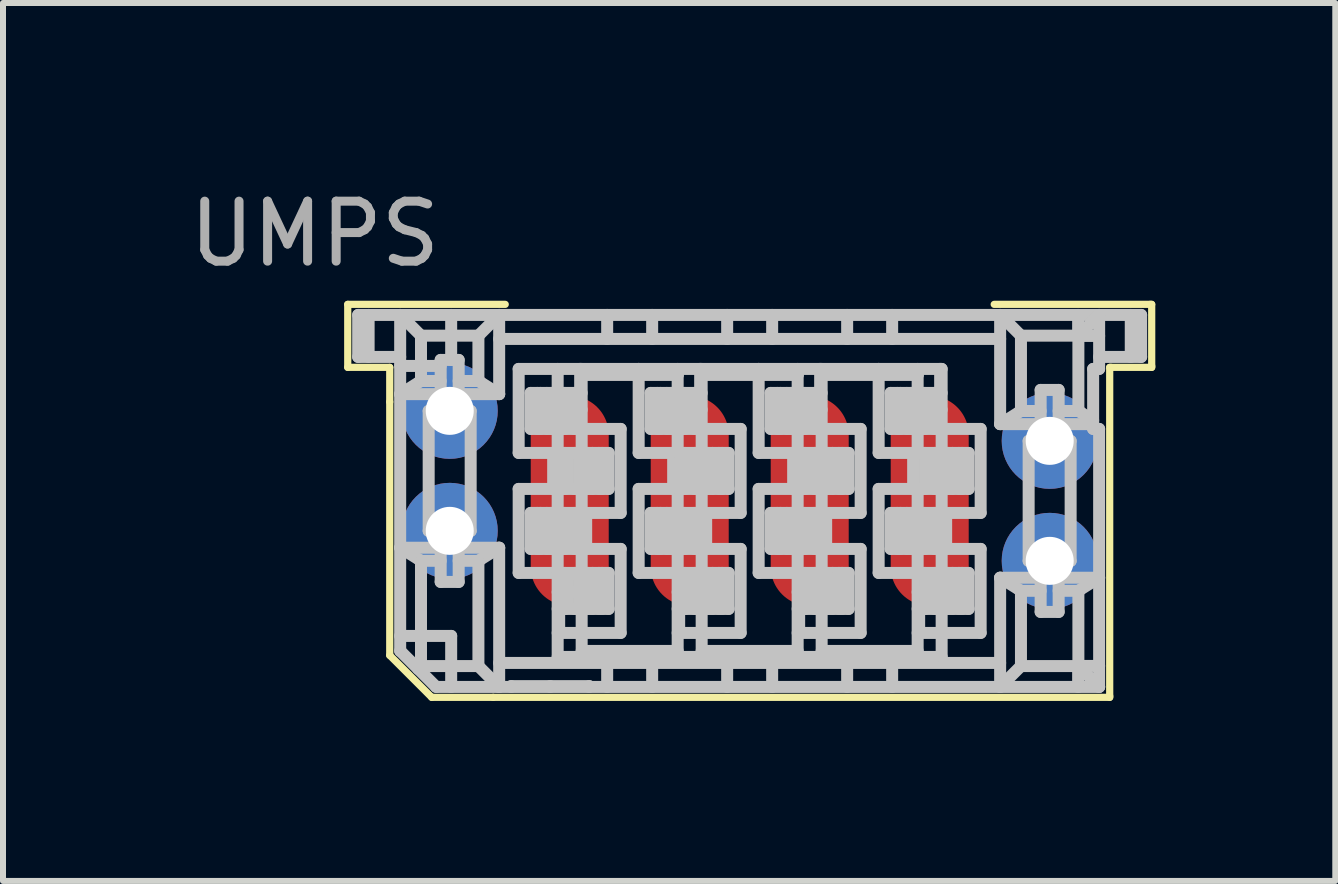
<source format=kicad_pcb>
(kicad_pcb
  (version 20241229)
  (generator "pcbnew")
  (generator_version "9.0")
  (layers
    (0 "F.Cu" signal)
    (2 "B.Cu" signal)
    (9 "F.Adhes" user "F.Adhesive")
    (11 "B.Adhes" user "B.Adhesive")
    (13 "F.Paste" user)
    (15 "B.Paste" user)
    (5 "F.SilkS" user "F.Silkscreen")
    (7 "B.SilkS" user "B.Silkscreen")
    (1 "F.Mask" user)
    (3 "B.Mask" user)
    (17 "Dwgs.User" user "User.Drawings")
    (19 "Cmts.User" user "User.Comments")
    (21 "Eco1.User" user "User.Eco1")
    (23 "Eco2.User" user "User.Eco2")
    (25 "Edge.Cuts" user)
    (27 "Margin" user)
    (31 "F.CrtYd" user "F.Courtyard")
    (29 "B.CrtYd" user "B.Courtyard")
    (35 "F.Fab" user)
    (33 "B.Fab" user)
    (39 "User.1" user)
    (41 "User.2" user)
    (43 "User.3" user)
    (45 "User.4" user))
  (footprint "UMPS"
    (layer "F.Cu")
    (at 9.446 5.298)
    (property "Reference" "UMPS" (at -7.25 -4.45 0) (layer "F.Fab") (effects (font (size 1 1) (thickness 0.15))))
    (attr through_hole)
    (fp_line (start -6.7 -3.275) (end -4.075 -3.275) (stroke (width 0.12) (type solid)) (layer "F.SilkS"))
    (fp_line (start -6.7 -2.225) (end -6.7 -3.275) (stroke (width 0.12) (type solid)) (layer "F.SilkS"))
    (fp_line (start -6 -2.225) (end -6.7 -2.225) (stroke (width 0.12) (type solid)) (layer "F.SilkS"))
    (fp_line (start -6 -1.65) (end -6 -2.225) (stroke (width 0.12) (type solid)) (layer "F.SilkS"))
    (fp_line (start -6 -1.65) (end -6 2.575) (stroke (width 0.12) (type solid)) (layer "F.SilkS"))
    (fp_line (start -6 2.575) (end -5.3 3.275) (stroke (width 0.12) (type solid)) (layer "F.SilkS"))
    (fp_line (start -5.3 3.275) (end -4.275 3.275) (stroke (width 0.12) (type solid)) (layer "F.SilkS"))
    (fp_line (start 6 -2.225) (end 6 3.25) (stroke (width 0.12) (type solid)) (layer "F.SilkS"))
    (fp_line (start 6 3.25) (end 6 3.275) (stroke (width 0.12) (type solid)) (layer "F.SilkS"))
    (fp_line (start 6 3.275) (end -4.275 3.275) (stroke (width 0.12) (type solid)) (layer "F.SilkS"))
    (fp_line (start 6.025 -2.225) (end 6 -2.225) (stroke (width 0.12) (type solid)) (layer "F.SilkS"))
    (fp_line (start 6.675 -3.275) (end 4.075 -3.275) (stroke (width 0.12) (type solid)) (layer "F.SilkS"))
    (fp_line (start 6.675 -3.275) (end 6.7 -3.275) (stroke (width 0.12) (type solid)) (layer "F.SilkS"))
    (fp_line (start 6.7 -3.275) (end 6.7 -2.25) (stroke (width 0.12) (type solid)) (layer "F.SilkS"))
    (fp_line (start 6.7 -2.25) (end 6.7 -2.225) (stroke (width 0.12) (type solid)) (layer "F.SilkS"))
    (fp_line (start 6.7 -2.225) (end 6.025 -2.225) (stroke (width 0.12) (type solid)) (layer "F.SilkS"))
    (fp_line (start -6.526 -3.099) (end -6.526 -2.399) (stroke (width 0.2) (type solid)) (layer "Dwgs.User"))
    (fp_line (start -6.526 -3.099) (end 6.524 -3.099) (stroke (width 0.2) (type solid)) (layer "Dwgs.User"))
    (fp_line (start -6.526 -2.399) (end -5.826 -2.399) (stroke (width 0.2) (type solid)) (layer "Dwgs.User"))
    (fp_line (start -6.352 -2.399) (end -6.352 -3.099) (stroke (width 0.2) (type solid)) (layer "Dwgs.User"))
    (fp_line (start -5.826 -3.099) (end -5.826 2.501) (stroke (width 0.2) (type solid)) (layer "Dwgs.User"))
    (fp_line (start -5.826 -3.099) (end -5.479 -2.753) (stroke (width 0.2) (type solid)) (layer "Dwgs.User"))
    (fp_line (start -5.826 -1.779) (end -5.151 -1.779) (stroke (width 0.2) (type solid)) (layer "Dwgs.User"))
    (fp_line (start -5.826 0.781) (end -5.479 0.999) (stroke (width 0.2) (type solid)) (layer "Dwgs.User"))
    (fp_line (start -5.826 0.781) (end -5.151 0.781) (stroke (width 0.2) (type solid)) (layer "Dwgs.User"))
    (fp_line (start -5.826 2.251) (end -4.976 2.251) (stroke (width 0.2) (type solid)) (layer "Dwgs.User"))
    (fp_line (start -5.479 -2.753) (end -4.522 -2.753) (stroke (width 0.2) (type solid)) (layer "Dwgs.User"))
    (fp_line (start -5.479 -1.998) (end -5.826 -1.779) (stroke (width 0.2) (type solid)) (layer "Dwgs.User"))
    (fp_line (start -5.479 -1.998) (end -5.479 -2.753) (stroke (width 0.2) (type solid)) (layer "Dwgs.User"))
    (fp_line (start -5.479 -1.998) (end -5.151 -1.998) (stroke (width 0.2) (type solid)) (layer "Dwgs.User"))
    (fp_line (start -5.479 0.999) (end -5.151 0.999) (stroke (width 0.2) (type solid)) (layer "Dwgs.User"))
    (fp_line (start -5.479 2.754) (end -5.526 2.801) (stroke (width 0.2) (type solid)) (layer "Dwgs.User"))
    (fp_line (start -5.479 2.754) (end -5.479 0.999) (stroke (width 0.2) (type solid)) (layer "Dwgs.User"))
    (fp_line (start -5.479 2.754) (end -4.522 2.754) (stroke (width 0.2) (type solid)) (layer "Dwgs.User"))
    (fp_line (start -5.351 -1.499) (end -5.151 -1.499) (stroke (width 0.2) (type solid)) (layer "Dwgs.User"))
    (fp_line (start -5.351 0.501) (end -5.351 -1.499) (stroke (width 0.2) (type solid)) (layer "Dwgs.User"))
    (fp_line (start -5.226 3.101) (end -5.826 2.501) (stroke (width 0.2) (type solid)) (layer "Dwgs.User"))
    (fp_line (start -5.151 -2.349) (end -5.151 -1.499) (stroke (width 0.2) (type solid)) (layer "Dwgs.User"))
    (fp_line (start -5.151 -2.249) (end -5.826 -2.249) (stroke (width 0.2) (type solid)) (layer "Dwgs.User"))
    (fp_line (start -5.151 0.501) (end -5.351 0.501) (stroke (width 0.2) (type solid)) (layer "Dwgs.User"))
    (fp_line (start -5.151 0.501) (end -5.151 1.351) (stroke (width 0.2) (type solid)) (layer "Dwgs.User"))
    (fp_line (start -5.151 1.351) (end -4.851 1.351) (stroke (width 0.2) (type solid)) (layer "Dwgs.User"))
    (fp_line (start -4.976 -3.099) (end -4.976 -2.349) (stroke (width 0.2) (type solid)) (layer "Dwgs.User"))
    (fp_line (start -4.976 2.251) (end -4.976 3.101) (stroke (width 0.2) (type solid)) (layer "Dwgs.User"))
    (fp_line (start -4.851 -2.349) (end -5.151 -2.349) (stroke (width 0.2) (type solid)) (layer "Dwgs.User"))
    (fp_line (start -4.851 -1.998) (end -4.522 -1.998) (stroke (width 0.2) (type solid)) (layer "Dwgs.User"))
    (fp_line (start -4.851 -1.779) (end -4.176 -1.779) (stroke (width 0.2) (type solid)) (layer "Dwgs.User"))
    (fp_line (start -4.851 -1.499) (end -4.851 -2.349) (stroke (width 0.2) (type solid)) (layer "Dwgs.User"))
    (fp_line (start -4.851 -1.499) (end -4.651 -1.499) (stroke (width 0.2) (type solid)) (layer "Dwgs.User"))
    (fp_line (start -4.851 0.781) (end -4.176 0.781) (stroke (width 0.2) (type solid)) (layer "Dwgs.User"))
    (fp_line (start -4.851 0.999) (end -4.522 0.999) (stroke (width 0.2) (type solid)) (layer "Dwgs.User"))
    (fp_line (start -4.851 1.351) (end -4.851 0.501) (stroke (width 0.2) (type solid)) (layer "Dwgs.User"))
    (fp_line (start -4.651 -1.499) (end -4.651 0.501) (stroke (width 0.2) (type solid)) (layer "Dwgs.User"))
    (fp_line (start -4.651 0.501) (end -4.851 0.501) (stroke (width 0.2) (type solid)) (layer "Dwgs.User"))
    (fp_line (start -4.522 -2.753) (end -4.176 -3.099) (stroke (width 0.2) (type solid)) (layer "Dwgs.User"))
    (fp_line (start -4.522 -1.998) (end -4.522 -2.753) (stroke (width 0.2) (type solid)) (layer "Dwgs.User"))
    (fp_line (start -4.522 0.999) (end -4.176 0.781) (stroke (width 0.2) (type solid)) (layer "Dwgs.User"))
    (fp_line (start -4.522 2.754) (end -4.522 0.999) (stroke (width 0.2) (type solid)) (layer "Dwgs.User"))
    (fp_line (start -4.176 -1.779) (end -4.522 -1.998) (stroke (width 0.2) (type solid)) (layer "Dwgs.User"))
    (fp_line (start -4.176 -1.779) (end -4.176 -3.099) (stroke (width 0.2) (type solid)) (layer "Dwgs.User"))
    (fp_line (start -4.176 2.701) (end 4.174 2.701) (stroke (width 0.2) (type solid)) (layer "Dwgs.User"))
    (fp_line (start -4.176 3.101) (end -4.522 2.754) (stroke (width 0.2) (type solid)) (layer "Dwgs.User"))
    (fp_line (start -4.176 3.101) (end -4.176 0.781) (stroke (width 0.2) (type solid)) (layer "Dwgs.User"))
    (fp_line (start -3.976 3.088) (end -3.976 3.101) (stroke (width 0.2) (type solid)) (layer "Dwgs.User"))
    (fp_line (start -3.851 -2.199) (end -3.851 -0.799) (stroke (width 0.2) (type solid)) (layer "Dwgs.User"))
    (fp_line (start -3.851 -0.799) (end -3.276 -0.799) (stroke (width 0.2) (type solid)) (layer "Dwgs.User"))
    (fp_line (start -3.851 -0.199) (end -3.851 1.201) (stroke (width 0.2) (type solid)) (layer "Dwgs.User"))
    (fp_line (start -3.851 1.201) (end -3.176 1.201) (stroke (width 0.2) (type solid)) (layer "Dwgs.User"))
    (fp_line (start -3.651 -1.799) (end -2.826 -1.799) (stroke (width 0.2) (type solid)) (layer "Dwgs.User"))
    (fp_line (start -3.651 -1.199) (end -3.651 -1.799) (stroke (width 0.2) (type solid)) (layer "Dwgs.User"))
    (fp_line (start -3.651 0.201) (end -2.801 0.201) (stroke (width 0.2) (type solid)) (layer "Dwgs.User"))
    (fp_line (start -3.651 0.801) (end -3.651 0.201) (stroke (width 0.2) (type solid)) (layer "Dwgs.User"))
    (fp_line (start -3.541 -1.199) (end -3.541 -1.799) (stroke (width 0.2) (type solid)) (layer "Dwgs.User"))
    (fp_line (start -3.541 0.801) (end -3.541 0.201) (stroke (width 0.2) (type solid)) (layer "Dwgs.User"))
    (fp_line (start -3.487 -1.199) (end -3.487 -1.799) (stroke (width 0.2) (type solid)) (layer "Dwgs.User"))
    (fp_line (start -3.487 0.801) (end -3.487 0.201) (stroke (width 0.2) (type solid)) (layer "Dwgs.User"))
    (fp_line (start -3.381 -1.199) (end -3.381 -1.799) (stroke (width 0.2) (type solid)) (layer "Dwgs.User"))
    (fp_line (start -3.381 0.801) (end -3.381 0.201) (stroke (width 0.2) (type solid)) (layer "Dwgs.User"))
    (fp_line (start -3.326 3.088) (end -3.326 3.101) (stroke (width 0.2) (type solid)) (layer "Dwgs.User"))
    (fp_line (start -3.31 -1.199) (end -3.31 -1.799) (stroke (width 0.2) (type solid)) (layer "Dwgs.User"))
    (fp_line (start -3.31 0.801) (end -3.31 0.201) (stroke (width 0.2) (type solid)) (layer "Dwgs.User"))
    (fp_line (start -3.276 -0.799) (end -3.276 -0.199) (stroke (width 0.2) (type solid)) (layer "Dwgs.User"))
    (fp_line (start -3.276 -0.199) (end -3.851 -0.199) (stroke (width 0.2) (type solid)) (layer "Dwgs.User"))
    (fp_line (start -3.251 -1.199) (end -3.251 -1.799) (stroke (width 0.2) (type solid)) (layer "Dwgs.User"))
    (fp_line (start -3.251 0.801) (end -3.251 0.201) (stroke (width 0.2) (type solid)) (layer "Dwgs.User"))
    (fp_line (start -3.201 -2.199) (end -3.201 -1.799) (stroke (width 0.2) (type solid)) (layer "Dwgs.User"))
    (fp_line (start -3.201 -1.199) (end -3.201 -1.799) (stroke (width 0.2) (type solid)) (layer "Dwgs.User"))
    (fp_line (start -3.201 -1.199) (end -3.201 -0.799) (stroke (width 0.2) (type solid)) (layer "Dwgs.User"))
    (fp_line (start -3.201 -0.799) (end -3.201 0.201) (stroke (width 0.2) (type solid)) (layer "Dwgs.User"))
    (fp_line (start -3.201 0.801) (end -3.201 0.201) (stroke (width 0.2) (type solid)) (layer "Dwgs.User"))
    (fp_line (start -3.201 0.801) (end -3.201 1.201) (stroke (width 0.2) (type solid)) (layer "Dwgs.User"))
    (fp_line (start -3.201 1.201) (end -3.201 2.601) (stroke (width 0.2) (type solid)) (layer "Dwgs.User"))
    (fp_line (start -3.176 1.201) (end -3.176 2.201) (stroke (width 0.2) (type solid)) (layer "Dwgs.User"))
    (fp_line (start -3.176 1.201) (end -2.351 1.201) (stroke (width 0.2) (type solid)) (layer "Dwgs.User"))
    (fp_line (start -3.176 1.801) (end -3.201 1.801) (stroke (width 0.2) (type solid)) (layer "Dwgs.User"))
    (fp_line (start -3.176 2.201) (end -3.201 2.201) (stroke (width 0.2) (type solid)) (layer "Dwgs.User"))
    (fp_line (start -3.176 2.201) (end -2.151 2.201) (stroke (width 0.2) (type solid)) (layer "Dwgs.User"))
    (fp_line (start -3.157 -1.199) (end -3.157 -1.799) (stroke (width 0.2) (type solid)) (layer "Dwgs.User"))
    (fp_line (start -3.157 0.801) (end -3.157 0.201) (stroke (width 0.2) (type solid)) (layer "Dwgs.User"))
    (fp_line (start -3.141 -1.199) (end -3.141 -1.799) (stroke (width 0.2) (type solid)) (layer "Dwgs.User"))
    (fp_line (start -3.141 0.801) (end -3.141 0.201) (stroke (width 0.2) (type solid)) (layer "Dwgs.User"))
    (fp_line (start -3.081 -1.199) (end -3.081 -1.799) (stroke (width 0.2) (type solid)) (layer "Dwgs.User"))
    (fp_line (start -3.081 0.801) (end -3.081 0.201) (stroke (width 0.2) (type solid)) (layer "Dwgs.User"))
    (fp_line (start -3.077 -0.199) (end -3.077 -0.799) (stroke (width 0.2) (type solid)) (layer "Dwgs.User"))
    (fp_line (start -3.077 1.801) (end -3.077 1.201) (stroke (width 0.2) (type solid)) (layer "Dwgs.User"))
    (fp_line (start -2.924 -1.199) (end -2.924 -1.799) (stroke (width 0.2) (type solid)) (layer "Dwgs.User"))
    (fp_line (start -2.924 0.801) (end -2.924 0.201) (stroke (width 0.2) (type solid)) (layer "Dwgs.User"))
    (fp_line (start -2.921 -0.799) (end -2.921 -0.199) (stroke (width 0.2) (type solid)) (layer "Dwgs.User"))
    (fp_line (start -2.921 1.201) (end -2.921 1.801) (stroke (width 0.2) (type solid)) (layer "Dwgs.User"))
    (fp_line (start -2.86 -0.199) (end -2.86 -0.799) (stroke (width 0.2) (type solid)) (layer "Dwgs.User"))
    (fp_line (start -2.86 1.801) (end -2.86 1.201) (stroke (width 0.2) (type solid)) (layer "Dwgs.User"))
    (fp_line (start -2.844 -0.199) (end -2.844 -0.799) (stroke (width 0.2) (type solid)) (layer "Dwgs.User"))
    (fp_line (start -2.844 1.801) (end -2.844 1.201) (stroke (width 0.2) (type solid)) (layer "Dwgs.User"))
    (fp_line (start -2.826 -2.199) (end -3.851 -2.199) (stroke (width 0.2) (type solid)) (layer "Dwgs.User"))
    (fp_line (start -2.826 -1.799) (end -2.801 -1.799) (stroke (width 0.2) (type solid)) (layer "Dwgs.User"))
    (fp_line (start -2.826 -1.199) (end -3.651 -1.199) (stroke (width 0.2) (type solid)) (layer "Dwgs.User"))
    (fp_line (start -2.826 -1.199) (end -2.826 -2.199) (stroke (width 0.2) (type solid)) (layer "Dwgs.User"))
    (fp_line (start -2.801 -1.519) (end -3.201 -1.519) (stroke (width 0.2) (type solid)) (layer "Dwgs.User"))
    (fp_line (start -2.801 -1.219) (end -3.201 -1.219) (stroke (width 0.2) (type solid)) (layer "Dwgs.User"))
    (fp_line (start -2.801 -1.199) (end -2.801 -2.199) (stroke (width 0.2) (type solid)) (layer "Dwgs.User"))
    (fp_line (start -2.801 -0.799) (end -2.801 -1.199) (stroke (width 0.2) (type solid)) (layer "Dwgs.User"))
    (fp_line (start -2.801 -0.199) (end -2.801 -0.799) (stroke (width 0.2) (type solid)) (layer "Dwgs.User"))
    (fp_line (start -2.801 0.201) (end -2.801 -0.199) (stroke (width 0.2) (type solid)) (layer "Dwgs.User"))
    (fp_line (start -2.801 0.801) (end -3.651 0.801) (stroke (width 0.2) (type solid)) (layer "Dwgs.User"))
    (fp_line (start -2.801 0.801) (end -2.801 0.201) (stroke (width 0.2) (type solid)) (layer "Dwgs.User"))
    (fp_line (start -2.801 1.201) (end -2.801 0.801) (stroke (width 0.2) (type solid)) (layer "Dwgs.User"))
    (fp_line (start -2.801 1.221) (end -3.201 1.221) (stroke (width 0.2) (type solid)) (layer "Dwgs.User"))
    (fp_line (start -2.801 1.521) (end -3.201 1.521) (stroke (width 0.2) (type solid)) (layer "Dwgs.User"))
    (fp_line (start -2.801 1.801) (end -2.801 1.201) (stroke (width 0.2) (type solid)) (layer "Dwgs.User"))
    (fp_line (start -2.801 2.201) (end -2.801 1.801) (stroke (width 0.2) (type solid)) (layer "Dwgs.User"))
    (fp_line (start -2.801 2.501) (end -2.801 2.201) (stroke (width 0.2) (type solid)) (layer "Dwgs.User"))
    (fp_line (start -2.751 -0.199) (end -2.751 -0.799) (stroke (width 0.2) (type solid)) (layer "Dwgs.User"))
    (fp_line (start -2.751 1.801) (end -2.751 1.201) (stroke (width 0.2) (type solid)) (layer "Dwgs.User"))
    (fp_line (start -2.726 0.201) (end -2.151 0.201) (stroke (width 0.2) (type solid)) (layer "Dwgs.User"))
    (fp_line (start -2.726 0.801) (end -2.726 0.201) (stroke (width 0.2) (type solid)) (layer "Dwgs.User"))
    (fp_line (start -2.691 -0.199) (end -2.691 -0.799) (stroke (width 0.2) (type solid)) (layer "Dwgs.User"))
    (fp_line (start -2.691 1.801) (end -2.691 1.201) (stroke (width 0.2) (type solid)) (layer "Dwgs.User"))
    (fp_line (start -2.676 3.101) (end -2.676 3.088) (stroke (width 0.2) (type solid)) (layer "Dwgs.User"))
    (fp_line (start -2.676 3.088) (end -3.976 3.088) (stroke (width 0.2) (type solid)) (layer "Dwgs.User"))
    (fp_line (start -2.621 -0.199) (end -2.621 -0.799) (stroke (width 0.2) (type solid)) (layer "Dwgs.User"))
    (fp_line (start -2.621 1.801) (end -2.621 1.201) (stroke (width 0.2) (type solid)) (layer "Dwgs.User"))
    (fp_line (start -2.514 -0.199) (end -2.514 -0.799) (stroke (width 0.2) (type solid)) (layer "Dwgs.User"))
    (fp_line (start -2.514 1.801) (end -2.514 1.201) (stroke (width 0.2) (type solid)) (layer "Dwgs.User"))
    (fp_line (start -2.46 -0.199) (end -2.46 -0.799) (stroke (width 0.2) (type solid)) (layer "Dwgs.User"))
    (fp_line (start -2.46 1.801) (end -2.46 1.201) (stroke (width 0.2) (type solid)) (layer "Dwgs.User"))
    (fp_line (start -2.376 -2.699) (end -2.376 -3.099) (stroke (width 0.2) (type solid)) (layer "Dwgs.User"))
    (fp_line (start -2.376 3.101) (end -2.376 2.701) (stroke (width 0.2) (type solid)) (layer "Dwgs.User"))
    (fp_line (start -2.351 -0.799) (end -3.201 -0.799) (stroke (width 0.2) (type solid)) (layer "Dwgs.User"))
    (fp_line (start -2.351 -0.199) (end -3.201 -0.199) (stroke (width 0.2) (type solid)) (layer "Dwgs.User"))
    (fp_line (start -2.351 -0.199) (end -2.351 -0.799) (stroke (width 0.2) (type solid)) (layer "Dwgs.User"))
    (fp_line (start -2.351 1.801) (end -3.176 1.801) (stroke (width 0.2) (type solid)) (layer "Dwgs.User"))
    (fp_line (start -2.351 1.801) (end -2.351 1.201) (stroke (width 0.2) (type solid)) (layer "Dwgs.User"))
    (fp_line (start -2.151 -1.199) (end -2.826 -1.199) (stroke (width 0.2) (type solid)) (layer "Dwgs.User"))
    (fp_line (start -2.151 0.201) (end -2.151 -1.199) (stroke (width 0.2) (type solid)) (layer "Dwgs.User"))
    (fp_line (start -2.151 0.801) (end -2.726 0.801) (stroke (width 0.2) (type solid)) (layer "Dwgs.User"))
    (fp_line (start -2.151 2.201) (end -2.151 0.801) (stroke (width 0.2) (type solid)) (layer "Dwgs.User"))
    (fp_line (start -1.851 -2.199) (end -2.826 -2.199) (stroke (width 0.2) (type solid)) (layer "Dwgs.User"))
    (fp_line (start -1.851 -2.199) (end -1.851 -0.799) (stroke (width 0.2) (type solid)) (layer "Dwgs.User"))
    (fp_line (start -1.851 -2.099) (end -2.801 -2.099) (stroke (width 0.2) (type solid)) (layer "Dwgs.User"))
    (fp_line (start -1.851 -0.799) (end -1.276 -0.799) (stroke (width 0.2) (type solid)) (layer "Dwgs.User"))
    (fp_line (start -1.851 -0.199) (end -1.851 1.201) (stroke (width 0.2) (type solid)) (layer "Dwgs.User"))
    (fp_line (start -1.851 1.201) (end -1.176 1.201) (stroke (width 0.2) (type solid)) (layer "Dwgs.User"))
    (fp_line (start -1.651 -1.799) (end -0.826 -1.799) (stroke (width 0.2) (type solid)) (layer "Dwgs.User"))
    (fp_line (start -1.651 -1.199) (end -1.651 -1.799) (stroke (width 0.2) (type solid)) (layer "Dwgs.User"))
    (fp_line (start -1.651 0.201) (end -0.801 0.201) (stroke (width 0.2) (type solid)) (layer "Dwgs.User"))
    (fp_line (start -1.651 0.801) (end -1.651 0.201) (stroke (width 0.2) (type solid)) (layer "Dwgs.User"))
    (fp_line (start -1.626 -3.099) (end -1.626 -2.699) (stroke (width 0.2) (type solid)) (layer "Dwgs.User"))
    (fp_line (start -1.626 2.701) (end -1.626 3.101) (stroke (width 0.2) (type solid)) (layer "Dwgs.User"))
    (fp_line (start -1.541 -1.199) (end -1.541 -1.799) (stroke (width 0.2) (type solid)) (layer "Dwgs.User"))
    (fp_line (start -1.541 0.801) (end -1.541 0.201) (stroke (width 0.2) (type solid)) (layer "Dwgs.User"))
    (fp_line (start -1.487 -1.199) (end -1.487 -1.799) (stroke (width 0.2) (type solid)) (layer "Dwgs.User"))
    (fp_line (start -1.487 0.801) (end -1.487 0.201) (stroke (width 0.2) (type solid)) (layer "Dwgs.User"))
    (fp_line (start -1.381 -1.199) (end -1.381 -1.799) (stroke (width 0.2) (type solid)) (layer "Dwgs.User"))
    (fp_line (start -1.381 0.801) (end -1.381 0.201) (stroke (width 0.2) (type solid)) (layer "Dwgs.User"))
    (fp_line (start -1.31 -1.199) (end -1.31 -1.799) (stroke (width 0.2) (type solid)) (layer "Dwgs.User"))
    (fp_line (start -1.31 0.801) (end -1.31 0.201) (stroke (width 0.2) (type solid)) (layer "Dwgs.User"))
    (fp_line (start -1.276 -0.799) (end -1.276 -0.199) (stroke (width 0.2) (type solid)) (layer "Dwgs.User"))
    (fp_line (start -1.276 -0.199) (end -1.851 -0.199) (stroke (width 0.2) (type solid)) (layer "Dwgs.User"))
    (fp_line (start -1.251 -1.199) (end -1.251 -1.799) (stroke (width 0.2) (type solid)) (layer "Dwgs.User"))
    (fp_line (start -1.251 0.801) (end -1.251 0.201) (stroke (width 0.2) (type solid)) (layer "Dwgs.User"))
    (fp_line (start -1.201 -2.199) (end -1.201 -2.099) (stroke (width 0.2) (type solid)) (layer "Dwgs.User"))
    (fp_line (start -1.201 -2.099) (end -1.851 -2.099) (stroke (width 0.2) (type solid)) (layer "Dwgs.User"))
    (fp_line (start -1.201 -2.099) (end -1.201 -1.799) (stroke (width 0.2) (type solid)) (layer "Dwgs.User"))
    (fp_line (start -1.201 -1.199) (end -1.201 -1.799) (stroke (width 0.2) (type solid)) (layer "Dwgs.User"))
    (fp_line (start -1.201 -1.199) (end -1.201 -0.799) (stroke (width 0.2) (type solid)) (layer "Dwgs.User"))
    (fp_line (start -1.201 -0.799) (end -1.201 0.201) (stroke (width 0.2) (type solid)) (layer "Dwgs.User"))
    (fp_line (start -1.201 0.801) (end -1.201 0.201) (stroke (width 0.2) (type solid)) (layer "Dwgs.User"))
    (fp_line (start -1.201 0.801) (end -1.201 1.201) (stroke (width 0.2) (type solid)) (layer "Dwgs.User"))
    (fp_line (start -1.201 1.201) (end -1.201 2.501) (stroke (width 0.2) (type solid)) (layer "Dwgs.User"))
    (fp_line (start -1.201 2.501) (end -2.801 2.501) (stroke (width 0.2) (type solid)) (layer "Dwgs.User"))
    (fp_line (start -1.176 1.201) (end -1.176 2.201) (stroke (width 0.2) (type solid)) (layer "Dwgs.User"))
    (fp_line (start -1.176 1.201) (end -0.351 1.201) (stroke (width 0.2) (type solid)) (layer "Dwgs.User"))
    (fp_line (start -1.176 1.801) (end -1.201 1.801) (stroke (width 0.2) (type solid)) (layer "Dwgs.User"))
    (fp_line (start -1.176 2.201) (end -1.201 2.201) (stroke (width 0.2) (type solid)) (layer "Dwgs.User"))
    (fp_line (start -1.176 2.201) (end -0.151 2.201) (stroke (width 0.2) (type solid)) (layer "Dwgs.User"))
    (fp_line (start -1.157 -1.199) (end -1.157 -1.799) (stroke (width 0.2) (type solid)) (layer "Dwgs.User"))
    (fp_line (start -1.157 0.801) (end -1.157 0.201) (stroke (width 0.2) (type solid)) (layer "Dwgs.User"))
    (fp_line (start -1.141 -1.199) (end -1.141 -1.799) (stroke (width 0.2) (type solid)) (layer "Dwgs.User"))
    (fp_line (start -1.141 0.801) (end -1.141 0.201) (stroke (width 0.2) (type solid)) (layer "Dwgs.User"))
    (fp_line (start -1.081 -1.199) (end -1.081 -1.799) (stroke (width 0.2) (type solid)) (layer "Dwgs.User"))
    (fp_line (start -1.081 0.801) (end -1.081 0.201) (stroke (width 0.2) (type solid)) (layer "Dwgs.User"))
    (fp_line (start -1.077 -0.199) (end -1.077 -0.799) (stroke (width 0.2) (type solid)) (layer "Dwgs.User"))
    (fp_line (start -1.077 1.801) (end -1.077 1.201) (stroke (width 0.2) (type solid)) (layer "Dwgs.User"))
    (fp_line (start -0.924 -1.199) (end -0.924 -1.799) (stroke (width 0.2) (type solid)) (layer "Dwgs.User"))
    (fp_line (start -0.924 0.801) (end -0.924 0.201) (stroke (width 0.2) (type solid)) (layer "Dwgs.User"))
    (fp_line (start -0.921 -0.799) (end -0.921 -0.199) (stroke (width 0.2) (type solid)) (layer "Dwgs.User"))
    (fp_line (start -0.921 1.201) (end -0.921 1.801) (stroke (width 0.2) (type solid)) (layer "Dwgs.User"))
    (fp_line (start -0.86 -0.199) (end -0.86 -0.799) (stroke (width 0.2) (type solid)) (layer "Dwgs.User"))
    (fp_line (start -0.86 1.801) (end -0.86 1.201) (stroke (width 0.2) (type solid)) (layer "Dwgs.User"))
    (fp_line (start -0.844 -0.199) (end -0.844 -0.799) (stroke (width 0.2) (type solid)) (layer "Dwgs.User"))
    (fp_line (start -0.844 1.801) (end -0.844 1.201) (stroke (width 0.2) (type solid)) (layer "Dwgs.User"))
    (fp_line (start -0.826 -2.199) (end -1.851 -2.199) (stroke (width 0.2) (type solid)) (layer "Dwgs.User"))
    (fp_line (start -0.826 -1.799) (end -0.801 -1.799) (stroke (width 0.2) (type solid)) (layer "Dwgs.User"))
    (fp_line (start -0.826 -1.199) (end -1.651 -1.199) (stroke (width 0.2) (type solid)) (layer "Dwgs.User"))
    (fp_line (start -0.826 -1.199) (end -0.826 -2.199) (stroke (width 0.2) (type solid)) (layer "Dwgs.User"))
    (fp_line (start -0.801 -1.519) (end -1.201 -1.519) (stroke (width 0.2) (type solid)) (layer "Dwgs.User"))
    (fp_line (start -0.801 0.201) (end -0.801 -0.199) (stroke (width 0.2) (type solid)) (layer "Dwgs.User"))
    (fp_line (start -0.801 1.201) (end -0.801 0.801) (stroke (width 0.2) (type solid)) (layer "Dwgs.User"))
    (fp_line (start -0.801 1.521) (end -1.201 1.521) (stroke (width 0.2) (type solid)) (layer "Dwgs.User"))
    (fp_line (start -0.801 2.201) (end -0.801 1.801) (stroke (width 0.2) (type solid)) (layer "Dwgs.User"))
    (fp_line (start -0.801 -1.219) (end -1.201 -1.219) (stroke (width 0.2) (type solid)) (layer "Dwgs.User"))
    (fp_line (start -0.801 -1.199) (end -0.801 -2.199) (stroke (width 0.2) (type solid)) (layer "Dwgs.User"))
    (fp_line (start -0.801 -0.799) (end -0.801 -1.199) (stroke (width 0.2) (type solid)) (layer "Dwgs.User"))
    (fp_line (start -0.801 -0.199) (end -0.801 -0.799) (stroke (width 0.2) (type solid)) (layer "Dwgs.User"))
    (fp_line (start -0.801 0.801) (end -1.651 0.801) (stroke (width 0.2) (type solid)) (layer "Dwgs.User"))
    (fp_line (start -0.801 0.801) (end -0.801 0.201) (stroke (width 0.2) (type solid)) (layer "Dwgs.User"))
    (fp_line (start -0.801 1.221) (end -1.201 1.221) (stroke (width 0.2) (type solid)) (layer "Dwgs.User"))
    (fp_line (start -0.801 1.801) (end -0.801 1.201) (stroke (width 0.2) (type solid)) (layer "Dwgs.User"))
    (fp_line (start -0.801 2.501) (end -0.801 2.201) (stroke (width 0.2) (type solid)) (layer "Dwgs.User"))
    (fp_line (start -0.751 -0.199) (end -0.751 -0.799) (stroke (width 0.2) (type solid)) (layer "Dwgs.User"))
    (fp_line (start -0.751 1.801) (end -0.751 1.201) (stroke (width 0.2) (type solid)) (layer "Dwgs.User"))
    (fp_line (start -0.726 0.201) (end -0.151 0.201) (stroke (width 0.2) (type solid)) (layer "Dwgs.User"))
    (fp_line (start -0.726 0.801) (end -0.726 0.201) (stroke (width 0.2) (type solid)) (layer "Dwgs.User"))
    (fp_line (start -0.691 -0.199) (end -0.691 -0.799) (stroke (width 0.2) (type solid)) (layer "Dwgs.User"))
    (fp_line (start -0.691 1.801) (end -0.691 1.201) (stroke (width 0.2) (type solid)) (layer "Dwgs.User"))
    (fp_line (start -0.621 -0.199) (end -0.621 -0.799) (stroke (width 0.2) (type solid)) (layer "Dwgs.User"))
    (fp_line (start -0.621 1.801) (end -0.621 1.201) (stroke (width 0.2) (type solid)) (layer "Dwgs.User"))
    (fp_line (start -0.514 -0.199) (end -0.514 -0.799) (stroke (width 0.2) (type solid)) (layer "Dwgs.User"))
    (fp_line (start -0.514 1.801) (end -0.514 1.201) (stroke (width 0.2) (type solid)) (layer "Dwgs.User"))
    (fp_line (start -0.46 -0.199) (end -0.46 -0.799) (stroke (width 0.2) (type solid)) (layer "Dwgs.User"))
    (fp_line (start -0.46 1.801) (end -0.46 1.201) (stroke (width 0.2) (type solid)) (layer "Dwgs.User"))
    (fp_line (start -0.376 -2.699) (end -0.376 -3.099) (stroke (width 0.2) (type solid)) (layer "Dwgs.User"))
    (fp_line (start -0.376 3.101) (end -0.376 2.701) (stroke (width 0.2) (type solid)) (layer "Dwgs.User"))
    (fp_line (start -0.351 -0.799) (end -1.201 -0.799) (stroke (width 0.2) (type solid)) (layer "Dwgs.User"))
    (fp_line (start -0.351 -0.199) (end -1.201 -0.199) (stroke (width 0.2) (type solid)) (layer "Dwgs.User"))
    (fp_line (start -0.351 -0.199) (end -0.351 -0.799) (stroke (width 0.2) (type solid)) (layer "Dwgs.User"))
    (fp_line (start -0.351 1.801) (end -1.176 1.801) (stroke (width 0.2) (type solid)) (layer "Dwgs.User"))
    (fp_line (start -0.351 1.801) (end -0.351 1.201) (stroke (width 0.2) (type solid)) (layer "Dwgs.User"))
    (fp_line (start -0.151 2.201) (end -0.151 0.801) (stroke (width 0.2) (type solid)) (layer "Dwgs.User"))
    (fp_line (start -0.151 -1.199) (end -0.826 -1.199) (stroke (width 0.2) (type solid)) (layer "Dwgs.User"))
    (fp_line (start -0.151 0.201) (end -0.151 -1.199) (stroke (width 0.2) (type solid)) (layer "Dwgs.User"))
    (fp_line (start -0.151 0.801) (end -0.726 0.801) (stroke (width 0.2) (type solid)) (layer "Dwgs.User"))
    (fp_line (start 0.149 -2.099) (end -0.801 -2.099) (stroke (width 0.2) (type solid)) (layer "Dwgs.User"))
    (fp_line (start 0.149 -0.799) (end 0.724 -0.799) (stroke (width 0.2) (type solid)) (layer "Dwgs.User"))
    (fp_line (start 0.149 -0.199) (end 0.149 1.201) (stroke (width 0.2) (type solid)) (layer "Dwgs.User"))
    (fp_line (start 0.149 1.201) (end 0.824 1.201) (stroke (width 0.2) (type solid)) (layer "Dwgs.User"))
    (fp_line (start 0.149 -2.199) (end -0.826 -2.199) (stroke (width 0.2) (type solid)) (layer "Dwgs.User"))
    (fp_line (start 0.149 -2.199) (end 0.149 -0.799) (stroke (width 0.2) (type solid)) (layer "Dwgs.User"))
    (fp_line (start 0.349 -1.799) (end 1.174 -1.799) (stroke (width 0.2) (type solid)) (layer "Dwgs.User"))
    (fp_line (start 0.349 -1.199) (end 0.349 -1.799) (stroke (width 0.2) (type solid)) (layer "Dwgs.User"))
    (fp_line (start 0.349 0.201) (end 1.199 0.201) (stroke (width 0.2) (type solid)) (layer "Dwgs.User"))
    (fp_line (start 0.349 0.801) (end 0.349 0.201) (stroke (width 0.2) (type solid)) (layer "Dwgs.User"))
    (fp_line (start 0.374 2.701) (end 0.374 3.101) (stroke (width 0.2) (type solid)) (layer "Dwgs.User"))
    (fp_line (start 0.374 -3.099) (end 0.374 -2.699) (stroke (width 0.2) (type solid)) (layer "Dwgs.User"))
    (fp_line (start 0.459 -1.199) (end 0.459 -1.799) (stroke (width 0.2) (type solid)) (layer "Dwgs.User"))
    (fp_line (start 0.459 0.801) (end 0.459 0.201) (stroke (width 0.2) (type solid)) (layer "Dwgs.User"))
    (fp_line (start 0.513 -1.199) (end 0.513 -1.799) (stroke (width 0.2) (type solid)) (layer "Dwgs.User"))
    (fp_line (start 0.513 0.801) (end 0.513 0.201) (stroke (width 0.2) (type solid)) (layer "Dwgs.User"))
    (fp_line (start 0.619 -1.199) (end 0.619 -1.799) (stroke (width 0.2) (type solid)) (layer "Dwgs.User"))
    (fp_line (start 0.619 0.801) (end 0.619 0.201) (stroke (width 0.2) (type solid)) (layer "Dwgs.User"))
    (fp_line (start 0.69 -1.199) (end 0.69 -1.799) (stroke (width 0.2) (type solid)) (layer "Dwgs.User"))
    (fp_line (start 0.69 0.801) (end 0.69 0.201) (stroke (width 0.2) (type solid)) (layer "Dwgs.User"))
    (fp_line (start 0.724 -0.799) (end 0.724 -0.199) (stroke (width 0.2) (type solid)) (layer "Dwgs.User"))
    (fp_line (start 0.724 -0.199) (end 0.149 -0.199) (stroke (width 0.2) (type solid)) (layer "Dwgs.User"))
    (fp_line (start 0.749 -1.199) (end 0.749 -1.799) (stroke (width 0.2) (type solid)) (layer "Dwgs.User"))
    (fp_line (start 0.749 0.801) (end 0.749 0.201) (stroke (width 0.2) (type solid)) (layer "Dwgs.User"))
    (fp_line (start 0.799 -2.199) (end 0.799 -2.099) (stroke (width 0.2) (type solid)) (layer "Dwgs.User"))
    (fp_line (start 0.799 -2.099) (end 0.149 -2.099) (stroke (width 0.2) (type solid)) (layer "Dwgs.User"))
    (fp_line (start 0.799 -2.099) (end 0.799 -1.799) (stroke (width 0.2) (type solid)) (layer "Dwgs.User"))
    (fp_line (start 0.799 -1.199) (end 0.799 -1.799) (stroke (width 0.2) (type solid)) (layer "Dwgs.User"))
    (fp_line (start 0.799 -1.199) (end 0.799 -0.799) (stroke (width 0.2) (type solid)) (layer "Dwgs.User"))
    (fp_line (start 0.799 -0.799) (end 0.799 0.201) (stroke (width 0.2) (type solid)) (layer "Dwgs.User"))
    (fp_line (start 0.799 0.801) (end 0.799 0.201) (stroke (width 0.2) (type solid)) (layer "Dwgs.User"))
    (fp_line (start 0.799 0.801) (end 0.799 1.201) (stroke (width 0.2) (type solid)) (layer "Dwgs.User"))
    (fp_line (start 0.799 1.201) (end 0.799 2.501) (stroke (width 0.2) (type solid)) (layer "Dwgs.User"))
    (fp_line (start 0.799 2.501) (end -0.801 2.501) (stroke (width 0.2) (type solid)) (layer "Dwgs.User"))
    (fp_line (start 0.824 1.801) (end 0.799 1.801) (stroke (width 0.2) (type solid)) (layer "Dwgs.User"))
    (fp_line (start 0.824 2.201) (end 0.799 2.201) (stroke (width 0.2) (type solid)) (layer "Dwgs.User"))
    (fp_line (start 0.824 2.201) (end 1.849 2.201) (stroke (width 0.2) (type solid)) (layer "Dwgs.User"))
    (fp_line (start 0.824 1.201) (end 0.824 2.201) (stroke (width 0.2) (type solid)) (layer "Dwgs.User"))
    (fp_line (start 0.824 1.201) (end 1.649 1.201) (stroke (width 0.2) (type solid)) (layer "Dwgs.User"))
    (fp_line (start 0.843 -1.199) (end 0.843 -1.799) (stroke (width 0.2) (type solid)) (layer "Dwgs.User"))
    (fp_line (start 0.843 0.801) (end 0.843 0.201) (stroke (width 0.2) (type solid)) (layer "Dwgs.User"))
    (fp_line (start 0.859 -1.199) (end 0.859 -1.799) (stroke (width 0.2) (type solid)) (layer "Dwgs.User"))
    (fp_line (start 0.859 0.801) (end 0.859 0.201) (stroke (width 0.2) (type solid)) (layer "Dwgs.User"))
    (fp_line (start 0.919 -1.199) (end 0.919 -1.799) (stroke (width 0.2) (type solid)) (layer "Dwgs.User"))
    (fp_line (start 0.919 0.801) (end 0.919 0.201) (stroke (width 0.2) (type solid)) (layer "Dwgs.User"))
    (fp_line (start 0.923 -0.199) (end 0.923 -0.799) (stroke (width 0.2) (type solid)) (layer "Dwgs.User"))
    (fp_line (start 0.923 1.801) (end 0.923 1.201) (stroke (width 0.2) (type solid)) (layer "Dwgs.User"))
    (fp_line (start 1.076 -1.199) (end 1.076 -1.799) (stroke (width 0.2) (type solid)) (layer "Dwgs.User"))
    (fp_line (start 1.076 0.801) (end 1.076 0.201) (stroke (width 0.2) (type solid)) (layer "Dwgs.User"))
    (fp_line (start 1.079 -0.799) (end 1.079 -0.199) (stroke (width 0.2) (type solid)) (layer "Dwgs.User"))
    (fp_line (start 1.079 1.201) (end 1.079 1.801) (stroke (width 0.2) (type solid)) (layer "Dwgs.User"))
    (fp_line (start 1.14 -0.199) (end 1.14 -0.799) (stroke (width 0.2) (type solid)) (layer "Dwgs.User"))
    (fp_line (start 1.14 1.801) (end 1.14 1.201) (stroke (width 0.2) (type solid)) (layer "Dwgs.User"))
    (fp_line (start 1.156 -0.199) (end 1.156 -0.799) (stroke (width 0.2) (type solid)) (layer "Dwgs.User"))
    (fp_line (start 1.156 1.801) (end 1.156 1.201) (stroke (width 0.2) (type solid)) (layer "Dwgs.User"))
    (fp_line (start 1.174 -2.199) (end 0.149 -2.199) (stroke (width 0.2) (type solid)) (layer "Dwgs.User"))
    (fp_line (start 1.174 -1.799) (end 1.199 -1.799) (stroke (width 0.2) (type solid)) (layer "Dwgs.User"))
    (fp_line (start 1.174 -1.199) (end 0.349 -1.199) (stroke (width 0.2) (type solid)) (layer "Dwgs.User"))
    (fp_line (start 1.174 -1.199) (end 1.174 -2.199) (stroke (width 0.2) (type solid)) (layer "Dwgs.User"))
    (fp_line (start 1.199 -1.519) (end 0.799 -1.519) (stroke (width 0.2) (type solid)) (layer "Dwgs.User"))
    (fp_line (start 1.199 -1.219) (end 0.799 -1.219) (stroke (width 0.2) (type solid)) (layer "Dwgs.User"))
    (fp_line (start 1.199 -1.199) (end 1.199 -2.199) (stroke (width 0.2) (type solid)) (layer "Dwgs.User"))
    (fp_line (start 1.199 -0.799) (end 1.199 -1.199) (stroke (width 0.2) (type solid)) (layer "Dwgs.User"))
    (fp_line (start 1.199 -0.199) (end 1.199 -0.799) (stroke (width 0.2) (type solid)) (layer "Dwgs.User"))
    (fp_line (start 1.199 0.201) (end 1.199 -0.199) (stroke (width 0.2) (type solid)) (layer "Dwgs.User"))
    (fp_line (start 1.199 0.801) (end 0.349 0.801) (stroke (width 0.2) (type solid)) (layer "Dwgs.User"))
    (fp_line (start 1.199 0.801) (end 1.199 0.201) (stroke (width 0.2) (type solid)) (layer "Dwgs.User"))
    (fp_line (start 1.199 1.201) (end 1.199 0.801) (stroke (width 0.2) (type solid)) (layer "Dwgs.User"))
    (fp_line (start 1.199 1.221) (end 0.799 1.221) (stroke (width 0.2) (type solid)) (layer "Dwgs.User"))
    (fp_line (start 1.199 1.521) (end 0.799 1.521) (stroke (width 0.2) (type solid)) (layer "Dwgs.User"))
    (fp_line (start 1.199 1.801) (end 1.199 1.201) (stroke (width 0.2) (type solid)) (layer "Dwgs.User"))
    (fp_line (start 1.199 2.201) (end 1.199 1.801) (stroke (width 0.2) (type solid)) (layer "Dwgs.User"))
    (fp_line (start 1.199 2.501) (end 1.199 2.201) (stroke (width 0.2) (type solid)) (layer "Dwgs.User"))
    (fp_line (start 1.249 -0.199) (end 1.249 -0.799) (stroke (width 0.2) (type solid)) (layer "Dwgs.User"))
    (fp_line (start 1.249 1.801) (end 1.249 1.201) (stroke (width 0.2) (type solid)) (layer "Dwgs.User"))
    (fp_line (start 1.274 0.201) (end 1.849 0.201) (stroke (width 0.2) (type solid)) (layer "Dwgs.User"))
    (fp_line (start 1.274 0.801) (end 1.274 0.201) (stroke (width 0.2) (type solid)) (layer "Dwgs.User"))
    (fp_line (start 1.309 -0.199) (end 1.309 -0.799) (stroke (width 0.2) (type solid)) (layer "Dwgs.User"))
    (fp_line (start 1.309 1.801) (end 1.309 1.201) (stroke (width 0.2) (type solid)) (layer "Dwgs.User"))
    (fp_line (start 1.379 -0.199) (end 1.379 -0.799) (stroke (width 0.2) (type solid)) (layer "Dwgs.User"))
    (fp_line (start 1.379 1.801) (end 1.379 1.201) (stroke (width 0.2) (type solid)) (layer "Dwgs.User"))
    (fp_line (start 1.486 -0.199) (end 1.486 -0.799) (stroke (width 0.2) (type solid)) (layer "Dwgs.User"))
    (fp_line (start 1.486 1.801) (end 1.486 1.201) (stroke (width 0.2) (type solid)) (layer "Dwgs.User"))
    (fp_line (start 1.54 -0.199) (end 1.54 -0.799) (stroke (width 0.2) (type solid)) (layer "Dwgs.User"))
    (fp_line (start 1.54 1.801) (end 1.54 1.201) (stroke (width 0.2) (type solid)) (layer "Dwgs.User"))
    (fp_line (start 1.624 -2.699) (end 1.624 -3.099) (stroke (width 0.2) (type solid)) (layer "Dwgs.User"))
    (fp_line (start 1.624 3.101) (end 1.624 2.701) (stroke (width 0.2) (type solid)) (layer "Dwgs.User"))
    (fp_line (start 1.649 -0.799) (end 0.799 -0.799) (stroke (width 0.2) (type solid)) (layer "Dwgs.User"))
    (fp_line (start 1.649 -0.199) (end 0.799 -0.199) (stroke (width 0.2) (type solid)) (layer "Dwgs.User"))
    (fp_line (start 1.649 -0.199) (end 1.649 -0.799) (stroke (width 0.2) (type solid)) (layer "Dwgs.User"))
    (fp_line (start 1.649 1.801) (end 0.824 1.801) (stroke (width 0.2) (type solid)) (layer "Dwgs.User"))
    (fp_line (start 1.649 1.801) (end 1.649 1.201) (stroke (width 0.2) (type solid)) (layer "Dwgs.User"))
    (fp_line (start 1.849 -1.199) (end 1.174 -1.199) (stroke (width 0.2) (type solid)) (layer "Dwgs.User"))
    (fp_line (start 1.849 0.201) (end 1.849 -1.199) (stroke (width 0.2) (type solid)) (layer "Dwgs.User"))
    (fp_line (start 1.849 0.801) (end 1.274 0.801) (stroke (width 0.2) (type solid)) (layer "Dwgs.User"))
    (fp_line (start 1.849 2.201) (end 1.849 0.801) (stroke (width 0.2) (type solid)) (layer "Dwgs.User"))
    (fp_line (start 2.149 -2.199) (end 1.174 -2.199) (stroke (width 0.2) (type solid)) (layer "Dwgs.User"))
    (fp_line (start 2.149 -2.199) (end 2.149 -0.799) (stroke (width 0.2) (type solid)) (layer "Dwgs.User"))
    (fp_line (start 2.149 -2.099) (end 1.199 -2.099) (stroke (width 0.2) (type solid)) (layer "Dwgs.User"))
    (fp_line (start 2.149 -0.799) (end 2.724 -0.799) (stroke (width 0.2) (type solid)) (layer "Dwgs.User"))
    (fp_line (start 2.149 -0.199) (end 2.149 1.201) (stroke (width 0.2) (type solid)) (layer "Dwgs.User"))
    (fp_line (start 2.149 1.201) (end 2.824 1.201) (stroke (width 0.2) (type solid)) (layer "Dwgs.User"))
    (fp_line (start 2.349 -1.799) (end 3.174 -1.799) (stroke (width 0.2) (type solid)) (layer "Dwgs.User"))
    (fp_line (start 2.349 -1.199) (end 2.349 -1.799) (stroke (width 0.2) (type solid)) (layer "Dwgs.User"))
    (fp_line (start 2.349 0.201) (end 3.199 0.201) (stroke (width 0.2) (type solid)) (layer "Dwgs.User"))
    (fp_line (start 2.349 0.801) (end 2.349 0.201) (stroke (width 0.2) (type solid)) (layer "Dwgs.User"))
    (fp_line (start 2.374 -3.099) (end 2.374 -2.699) (stroke (width 0.2) (type solid)) (layer "Dwgs.User"))
    (fp_line (start 2.374 2.701) (end 2.374 3.101) (stroke (width 0.2) (type solid)) (layer "Dwgs.User"))
    (fp_line (start 2.459 -1.199) (end 2.459 -1.799) (stroke (width 0.2) (type solid)) (layer "Dwgs.User"))
    (fp_line (start 2.459 0.801) (end 2.459 0.201) (stroke (width 0.2) (type solid)) (layer "Dwgs.User"))
    (fp_line (start 2.513 -1.199) (end 2.513 -1.799) (stroke (width 0.2) (type solid)) (layer "Dwgs.User"))
    (fp_line (start 2.513 0.801) (end 2.513 0.201) (stroke (width 0.2) (type solid)) (layer "Dwgs.User"))
    (fp_line (start 2.619 -1.199) (end 2.619 -1.799) (stroke (width 0.2) (type solid)) (layer "Dwgs.User"))
    (fp_line (start 2.619 0.801) (end 2.619 0.201) (stroke (width 0.2) (type solid)) (layer "Dwgs.User"))
    (fp_line (start 2.69 -1.199) (end 2.69 -1.799) (stroke (width 0.2) (type solid)) (layer "Dwgs.User"))
    (fp_line (start 2.69 0.801) (end 2.69 0.201) (stroke (width 0.2) (type solid)) (layer "Dwgs.User"))
    (fp_line (start 2.724 -0.799) (end 2.724 -0.199) (stroke (width 0.2) (type solid)) (layer "Dwgs.User"))
    (fp_line (start 2.724 -0.199) (end 2.149 -0.199) (stroke (width 0.2) (type solid)) (layer "Dwgs.User"))
    (fp_line (start 2.749 -1.199) (end 2.749 -1.799) (stroke (width 0.2) (type solid)) (layer "Dwgs.User"))
    (fp_line (start 2.749 0.801) (end 2.749 0.201) (stroke (width 0.2) (type solid)) (layer "Dwgs.User"))
    (fp_line (start 2.799 -2.199) (end 2.799 -2.099) (stroke (width 0.2) (type solid)) (layer "Dwgs.User"))
    (fp_line (start 2.799 -2.099) (end 2.149 -2.099) (stroke (width 0.2) (type solid)) (layer "Dwgs.User"))
    (fp_line (start 2.799 -2.099) (end 2.799 -1.799) (stroke (width 0.2) (type solid)) (layer "Dwgs.User"))
    (fp_line (start 2.799 -1.199) (end 2.799 -1.799) (stroke (width 0.2) (type solid)) (layer "Dwgs.User"))
    (fp_line (start 2.799 -1.199) (end 2.799 -0.799) (stroke (width 0.2) (type solid)) (layer "Dwgs.User"))
    (fp_line (start 2.799 -0.799) (end 2.799 0.201) (stroke (width 0.2) (type solid)) (layer "Dwgs.User"))
    (fp_line (start 2.799 0.801) (end 2.799 0.201) (stroke (width 0.2) (type solid)) (layer "Dwgs.User"))
    (fp_line (start 2.799 0.801) (end 2.799 1.201) (stroke (width 0.2) (type solid)) (layer "Dwgs.User"))
    (fp_line (start 2.799 1.201) (end 2.799 2.501) (stroke (width 0.2) (type solid)) (layer "Dwgs.User"))
    (fp_line (start 2.799 2.501) (end 1.199 2.501) (stroke (width 0.2) (type solid)) (layer "Dwgs.User"))
    (fp_line (start 2.824 1.201) (end 2.824 2.201) (stroke (width 0.2) (type solid)) (layer "Dwgs.User"))
    (fp_line (start 2.824 1.201) (end 3.649 1.201) (stroke (width 0.2) (type solid)) (layer "Dwgs.User"))
    (fp_line (start 2.824 1.801) (end 2.799 1.801) (stroke (width 0.2) (type solid)) (layer "Dwgs.User"))
    (fp_line (start 2.824 2.201) (end 2.799 2.201) (stroke (width 0.2) (type solid)) (layer "Dwgs.User"))
    (fp_line (start 2.824 2.201) (end 3.849 2.201) (stroke (width 0.2) (type solid)) (layer "Dwgs.User"))
    (fp_line (start 2.843 -1.199) (end 2.843 -1.799) (stroke (width 0.2) (type solid)) (layer "Dwgs.User"))
    (fp_line (start 2.843 0.801) (end 2.843 0.201) (stroke (width 0.2) (type solid)) (layer "Dwgs.User"))
    (fp_line (start 2.859 -1.199) (end 2.859 -1.799) (stroke (width 0.2) (type solid)) (layer "Dwgs.User"))
    (fp_line (start 2.859 0.801) (end 2.859 0.201) (stroke (width 0.2) (type solid)) (layer "Dwgs.User"))
    (fp_line (start 2.919 -1.199) (end 2.919 -1.799) (stroke (width 0.2) (type solid)) (layer "Dwgs.User"))
    (fp_line (start 2.919 0.801) (end 2.919 0.201) (stroke (width 0.2) (type solid)) (layer "Dwgs.User"))
    (fp_line (start 2.923 -0.199) (end 2.923 -0.799) (stroke (width 0.2) (type solid)) (layer "Dwgs.User"))
    (fp_line (start 2.923 1.801) (end 2.923 1.201) (stroke (width 0.2) (type solid)) (layer "Dwgs.User"))
    (fp_line (start 3.076 -1.199) (end 3.076 -1.799) (stroke (width 0.2) (type solid)) (layer "Dwgs.User"))
    (fp_line (start 3.076 0.801) (end 3.076 0.201) (stroke (width 0.2) (type solid)) (layer "Dwgs.User"))
    (fp_line (start 3.079 -0.799) (end 3.079 -0.199) (stroke (width 0.2) (type solid)) (layer "Dwgs.User"))
    (fp_line (start 3.079 1.201) (end 3.079 1.801) (stroke (width 0.2) (type solid)) (layer "Dwgs.User"))
    (fp_line (start 3.14 -0.199) (end 3.14 -0.799) (stroke (width 0.2) (type solid)) (layer "Dwgs.User"))
    (fp_line (start 3.14 1.801) (end 3.14 1.201) (stroke (width 0.2) (type solid)) (layer "Dwgs.User"))
    (fp_line (start 3.156 -0.199) (end 3.156 -0.799) (stroke (width 0.2) (type solid)) (layer "Dwgs.User"))
    (fp_line (start 3.156 1.801) (end 3.156 1.201) (stroke (width 0.2) (type solid)) (layer "Dwgs.User"))
    (fp_line (start 3.174 -2.199) (end 2.149 -2.199) (stroke (width 0.2) (type solid)) (layer "Dwgs.User"))
    (fp_line (start 3.174 -1.799) (end 3.199 -1.799) (stroke (width 0.2) (type solid)) (layer "Dwgs.User"))
    (fp_line (start 3.174 -1.199) (end 2.349 -1.199) (stroke (width 0.2) (type solid)) (layer "Dwgs.User"))
    (fp_line (start 3.174 -1.199) (end 3.174 -2.199) (stroke (width 0.2) (type solid)) (layer "Dwgs.User"))
    (fp_line (start 3.199 -2.199) (end 3.174 -2.199) (stroke (width 0.2) (type solid)) (layer "Dwgs.User"))
    (fp_line (start 3.199 -1.519) (end 2.799 -1.519) (stroke (width 0.2) (type solid)) (layer "Dwgs.User"))
    (fp_line (start 3.199 -1.219) (end 2.799 -1.219) (stroke (width 0.2) (type solid)) (layer "Dwgs.User"))
    (fp_line (start 3.199 -1.199) (end 3.199 -2.199) (stroke (width 0.2) (type solid)) (layer "Dwgs.User"))
    (fp_line (start 3.199 -0.799) (end 3.199 -1.199) (stroke (width 0.2) (type solid)) (layer "Dwgs.User"))
    (fp_line (start 3.199 -0.199) (end 3.199 -0.799) (stroke (width 0.2) (type solid)) (layer "Dwgs.User"))
    (fp_line (start 3.199 0.201) (end 3.199 -0.199) (stroke (width 0.2) (type solid)) (layer "Dwgs.User"))
    (fp_line (start 3.199 0.801) (end 2.349 0.801) (stroke (width 0.2) (type solid)) (layer "Dwgs.User"))
    (fp_line (start 3.199 0.801) (end 3.199 0.201) (stroke (width 0.2) (type solid)) (layer "Dwgs.User"))
    (fp_line (start 3.199 1.201) (end 3.199 0.801) (stroke (width 0.2) (type solid)) (layer "Dwgs.User"))
    (fp_line (start 3.199 1.221) (end 2.799 1.221) (stroke (width 0.2) (type solid)) (layer "Dwgs.User"))
    (fp_line (start 3.199 1.521) (end 2.799 1.521) (stroke (width 0.2) (type solid)) (layer "Dwgs.User"))
    (fp_line (start 3.199 1.801) (end 3.199 1.201) (stroke (width 0.2) (type solid)) (layer "Dwgs.User"))
    (fp_line (start 3.199 2.201) (end 3.199 1.801) (stroke (width 0.2) (type solid)) (layer "Dwgs.User"))
    (fp_line (start 3.199 2.601) (end -3.201 2.601) (stroke (width 0.2) (type solid)) (layer "Dwgs.User"))
    (fp_line (start 3.199 2.601) (end 3.199 2.201) (stroke (width 0.2) (type solid)) (layer "Dwgs.User"))
    (fp_line (start 3.249 -0.199) (end 3.249 -0.799) (stroke (width 0.2) (type solid)) (layer "Dwgs.User"))
    (fp_line (start 3.249 1.801) (end 3.249 1.201) (stroke (width 0.2) (type solid)) (layer "Dwgs.User"))
    (fp_line (start 3.274 0.201) (end 3.849 0.201) (stroke (width 0.2) (type solid)) (layer "Dwgs.User"))
    (fp_line (start 3.274 0.801) (end 3.274 0.201) (stroke (width 0.2) (type solid)) (layer "Dwgs.User"))
    (fp_line (start 3.309 -0.199) (end 3.309 -0.799) (stroke (width 0.2) (type solid)) (layer "Dwgs.User"))
    (fp_line (start 3.309 1.801) (end 3.309 1.201) (stroke (width 0.2) (type solid)) (layer "Dwgs.User"))
    (fp_line (start 3.379 -0.199) (end 3.379 -0.799) (stroke (width 0.2) (type solid)) (layer "Dwgs.User"))
    (fp_line (start 3.379 1.801) (end 3.379 1.201) (stroke (width 0.2) (type solid)) (layer "Dwgs.User"))
    (fp_line (start 3.486 -0.199) (end 3.486 -0.799) (stroke (width 0.2) (type solid)) (layer "Dwgs.User"))
    (fp_line (start 3.486 1.801) (end 3.486 1.201) (stroke (width 0.2) (type solid)) (layer "Dwgs.User"))
    (fp_line (start 3.54 -0.199) (end 3.54 -0.799) (stroke (width 0.2) (type solid)) (layer "Dwgs.User"))
    (fp_line (start 3.54 1.801) (end 3.54 1.201) (stroke (width 0.2) (type solid)) (layer "Dwgs.User"))
    (fp_line (start 3.649 -0.799) (end 2.799 -0.799) (stroke (width 0.2) (type solid)) (layer "Dwgs.User"))
    (fp_line (start 3.649 -0.199) (end 2.799 -0.199) (stroke (width 0.2) (type solid)) (layer "Dwgs.User"))
    (fp_line (start 3.649 -0.199) (end 3.649 -0.799) (stroke (width 0.2) (type solid)) (layer "Dwgs.User"))
    (fp_line (start 3.649 1.801) (end 2.824 1.801) (stroke (width 0.2) (type solid)) (layer "Dwgs.User"))
    (fp_line (start 3.649 1.801) (end 3.649 1.201) (stroke (width 0.2) (type solid)) (layer "Dwgs.User"))
    (fp_line (start 3.849 -1.199) (end 3.174 -1.199) (stroke (width 0.2) (type solid)) (layer "Dwgs.User"))
    (fp_line (start 3.849 0.201) (end 3.849 -1.199) (stroke (width 0.2) (type solid)) (layer "Dwgs.User"))
    (fp_line (start 3.849 0.801) (end 3.274 0.801) (stroke (width 0.2) (type solid)) (layer "Dwgs.User"))
    (fp_line (start 3.849 2.201) (end 3.849 0.801) (stroke (width 0.2) (type solid)) (layer "Dwgs.User"))
    (fp_line (start 4.174 -2.699) (end -4.176 -2.699) (stroke (width 0.2) (type solid)) (layer "Dwgs.User"))
    (fp_line (start 4.174 -1.279) (end 4.174 -3.099) (stroke (width 0.2) (type solid)) (layer "Dwgs.User"))
    (fp_line (start 4.174 -1.279) (end 4.521 -1.498) (stroke (width 0.2) (type solid)) (layer "Dwgs.User"))
    (fp_line (start 4.174 3.101) (end 4.174 1.281) (stroke (width 0.2) (type solid)) (layer "Dwgs.User"))
    (fp_line (start 4.174 3.101) (end 4.521 2.754) (stroke (width 0.2) (type solid)) (layer "Dwgs.User"))
    (fp_line (start 4.521 -2.753) (end 4.174 -3.099) (stroke (width 0.2) (type solid)) (layer "Dwgs.User"))
    (fp_line (start 4.521 -1.498) (end 4.521 -2.753) (stroke (width 0.2) (type solid)) (layer "Dwgs.User"))
    (fp_line (start 4.521 1.499) (end 4.174 1.281) (stroke (width 0.2) (type solid)) (layer "Dwgs.User"))
    (fp_line (start 4.521 2.754) (end 4.521 1.499) (stroke (width 0.2) (type solid)) (layer "Dwgs.User"))
    (fp_line (start 4.649 -0.999) (end 4.649 1.001) (stroke (width 0.2) (type solid)) (layer "Dwgs.User"))
    (fp_line (start 4.649 1.001) (end 4.849 1.001) (stroke (width 0.2) (type solid)) (layer "Dwgs.User"))
    (fp_line (start 4.849 -1.849) (end 4.849 -0.999) (stroke (width 0.2) (type solid)) (layer "Dwgs.User"))
    (fp_line (start 4.849 -1.498) (end 4.521 -1.498) (stroke (width 0.2) (type solid)) (layer "Dwgs.User"))
    (fp_line (start 4.849 -1.279) (end 4.174 -1.279) (stroke (width 0.2) (type solid)) (layer "Dwgs.User"))
    (fp_line (start 4.849 -0.999) (end 4.649 -0.999) (stroke (width 0.2) (type solid)) (layer "Dwgs.User"))
    (fp_line (start 4.849 1.001) (end 4.849 1.851) (stroke (width 0.2) (type solid)) (layer "Dwgs.User"))
    (fp_line (start 4.849 1.281) (end 4.174 1.281) (stroke (width 0.2) (type solid)) (layer "Dwgs.User"))
    (fp_line (start 4.849 1.499) (end 4.521 1.499) (stroke (width 0.2) (type solid)) (layer "Dwgs.User"))
    (fp_line (start 4.849 1.851) (end 5.149 1.851) (stroke (width 0.2) (type solid)) (layer "Dwgs.User"))
    (fp_line (start 5.149 -1.849) (end 4.849 -1.849) (stroke (width 0.2) (type solid)) (layer "Dwgs.User"))
    (fp_line (start 5.149 -0.999) (end 5.149 -1.849) (stroke (width 0.2) (type solid)) (layer "Dwgs.User"))
    (fp_line (start 5.149 1.001) (end 5.349 1.001) (stroke (width 0.2) (type solid)) (layer "Dwgs.User"))
    (fp_line (start 5.149 1.851) (end 5.149 1.001) (stroke (width 0.2) (type solid)) (layer "Dwgs.User"))
    (fp_line (start 5.349 -0.999) (end 5.149 -0.999) (stroke (width 0.2) (type solid)) (layer "Dwgs.User"))
    (fp_line (start 5.349 1.001) (end 5.349 -0.999) (stroke (width 0.2) (type solid)) (layer "Dwgs.User"))
    (fp_line (start 5.474 -2.749) (end 5.474 -3.099) (stroke (width 0.2) (type solid)) (layer "Dwgs.User"))
    (fp_line (start 5.474 2.751) (end 5.824 2.751) (stroke (width 0.2) (type solid)) (layer "Dwgs.User"))
    (fp_line (start 5.474 3.101) (end 5.474 2.751) (stroke (width 0.2) (type solid)) (layer "Dwgs.User"))
    (fp_line (start 5.478 -2.753) (end 4.521 -2.753) (stroke (width 0.2) (type solid)) (layer "Dwgs.User"))
    (fp_line (start 5.478 -1.498) (end 5.149 -1.498) (stroke (width 0.2) (type solid)) (layer "Dwgs.User"))
    (fp_line (start 5.478 -1.498) (end 5.478 -2.753) (stroke (width 0.2) (type solid)) (layer "Dwgs.User"))
    (fp_line (start 5.478 -1.498) (end 5.724 -1.342) (stroke (width 0.2) (type solid)) (layer "Dwgs.User"))
    (fp_line (start 5.478 1.499) (end 5.149 1.499) (stroke (width 0.2) (type solid)) (layer "Dwgs.User"))
    (fp_line (start 5.478 2.754) (end 4.521 2.754) (stroke (width 0.2) (type solid)) (layer "Dwgs.User"))
    (fp_line (start 5.478 2.754) (end 5.478 1.499) (stroke (width 0.2) (type solid)) (layer "Dwgs.User"))
    (fp_line (start 5.478 2.754) (end 5.824 3.101) (stroke (width 0.2) (type solid)) (layer "Dwgs.User"))
    (fp_line (start 5.724 -2.199) (end 5.824 -2.199) (stroke (width 0.2) (type solid)) (layer "Dwgs.User"))
    (fp_line (start 5.724 -1.279) (end 5.149 -1.279) (stroke (width 0.2) (type solid)) (layer "Dwgs.User"))
    (fp_line (start 5.724 -1.199) (end 5.724 -2.199) (stroke (width 0.2) (type solid)) (layer "Dwgs.User"))
    (fp_line (start 5.824 -3.099) (end 5.478 -2.753) (stroke (width 0.2) (type solid)) (layer "Dwgs.User"))
    (fp_line (start 5.824 -2.749) (end 5.474 -2.749) (stroke (width 0.2) (type solid)) (layer "Dwgs.User"))
    (fp_line (start 5.824 -2.399) (end 6.524 -2.399) (stroke (width 0.2) (type solid)) (layer "Dwgs.User"))
    (fp_line (start 5.824 -2.199) (end 5.824 -3.099) (stroke (width 0.2) (type solid)) (layer "Dwgs.User"))
    (fp_line (start 5.824 -1.199) (end 5.724 -1.199) (stroke (width 0.2) (type solid)) (layer "Dwgs.User"))
    (fp_line (start 5.824 1.281) (end 5.149 1.281) (stroke (width 0.2) (type solid)) (layer "Dwgs.User"))
    (fp_line (start 5.824 1.281) (end 5.478 1.499) (stroke (width 0.2) (type solid)) (layer "Dwgs.User"))
    (fp_line (start 5.824 3.101) (end -5.226 3.101) (stroke (width 0.2) (type solid)) (layer "Dwgs.User"))
    (fp_line (start 5.824 3.101) (end 5.824 -1.199) (stroke (width 0.2) (type solid)) (layer "Dwgs.User"))
    (fp_line (start 6.351 -2.399) (end 6.351 -3.099) (stroke (width 0.2) (type solid)) (layer "Dwgs.User"))
    (fp_line (start 6.524 -2.399) (end 6.524 -3.099) (stroke (width 0.2) (type solid)) (layer "Dwgs.User"))
    (pad "1" smd oval (at -3 0) (size 1.3 3.5) (layers "F.Cu" "F.Mask" "F.Paste"))
    (pad "2" smd oval (at -1 0) (size 1.3 3.5) (layers "F.Cu" "F.Mask" "F.Paste"))
    (pad "3" smd oval (at 1 0) (size 1.3 3.5) (layers "F.Cu" "F.Mask" "F.Paste"))
    (pad "4" smd oval (at 3 0) (size 1.3 3.5) (layers "F.Cu" "F.Mask" "F.Paste"))
    (pad "5" thru_hole circle (at -5 -1.5) (size 1.6 1.6) (drill 0.8) (layers "*.Cu" "*.Mask"))
    (pad "6" thru_hole circle (at -5 0.5) (size 1.6 1.6) (drill 0.8) (layers "*.Cu" "*.Mask"))
    (pad "7" thru_hole circle (at 5 -1) (size 1.6 1.6) (drill 0.8) (layers "*.Cu" "*.Mask"))
    (pad "8" thru_hole circle (at 5 1) (size 1.6 1.6) (drill 0.8) (layers "*.Cu" "*.Mask")))
  (gr_rect
    (start -3 -3)
    (end 19.206 11.633)
    (stroke (width 0.1) (type default))
    (fill no)
    (layer "Edge.Cuts")))
</source>
